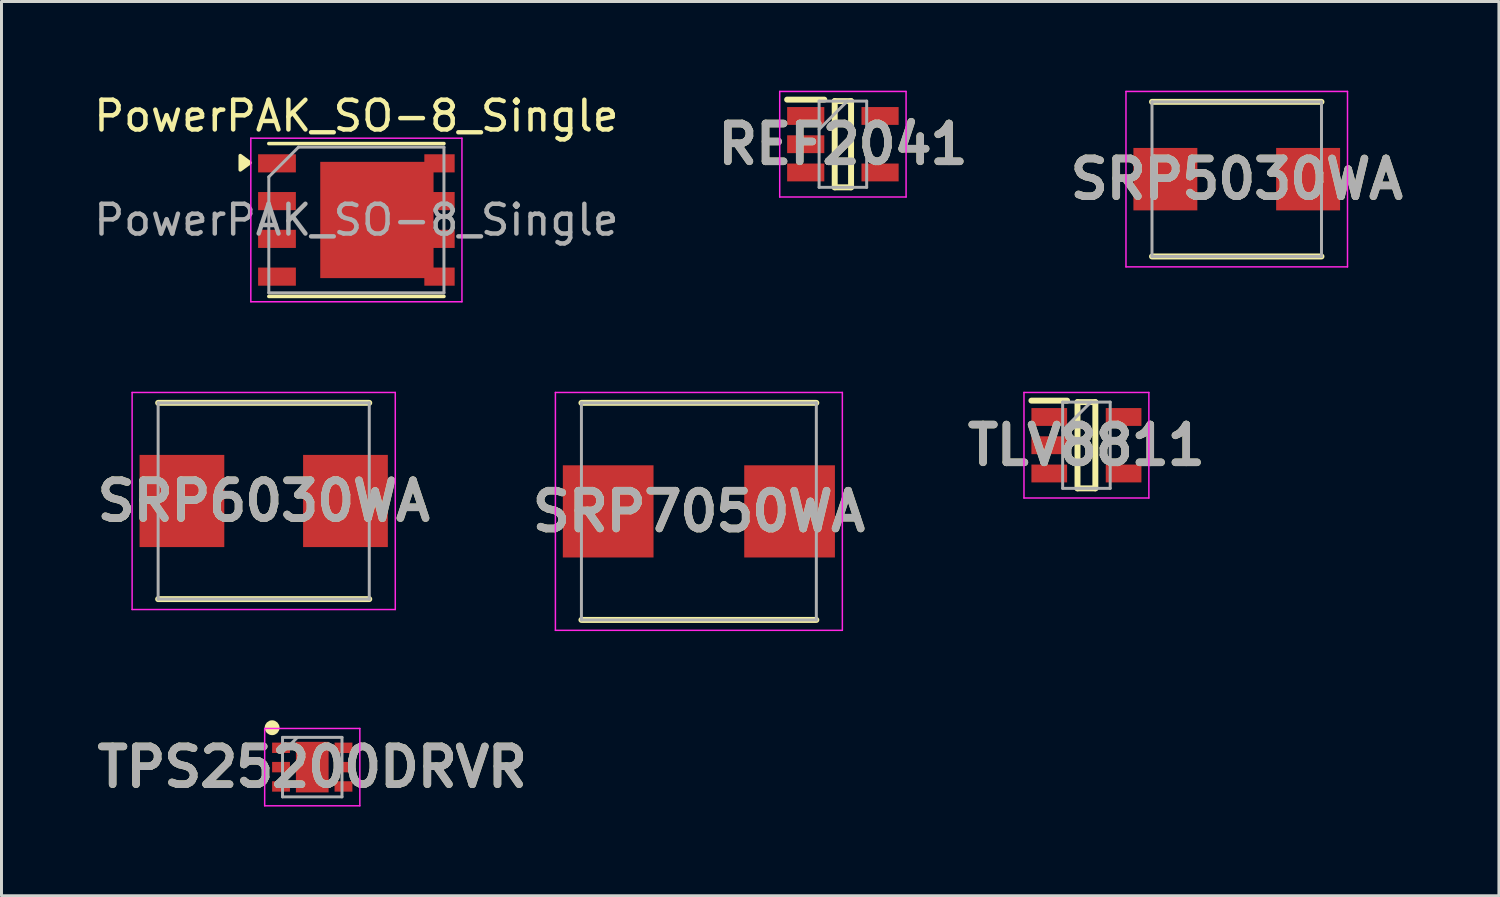
<source format=kicad_pcb>
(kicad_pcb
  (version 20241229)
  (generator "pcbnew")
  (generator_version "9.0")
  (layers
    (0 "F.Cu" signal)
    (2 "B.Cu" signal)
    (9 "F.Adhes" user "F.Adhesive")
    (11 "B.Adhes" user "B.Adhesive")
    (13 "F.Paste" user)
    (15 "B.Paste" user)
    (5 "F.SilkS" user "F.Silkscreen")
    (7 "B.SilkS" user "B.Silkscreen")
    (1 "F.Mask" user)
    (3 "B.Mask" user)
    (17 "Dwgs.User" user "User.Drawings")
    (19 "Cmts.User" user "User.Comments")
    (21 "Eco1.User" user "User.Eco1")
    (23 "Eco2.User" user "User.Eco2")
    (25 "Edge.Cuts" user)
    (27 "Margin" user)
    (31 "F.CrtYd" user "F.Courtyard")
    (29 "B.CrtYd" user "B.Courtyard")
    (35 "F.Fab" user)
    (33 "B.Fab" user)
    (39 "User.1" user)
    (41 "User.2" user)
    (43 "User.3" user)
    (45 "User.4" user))
  (footprint "REF2041"
    (layer "F.Cu")
    (at 25.296 1.8)
    (property "Reference" "REF2041" (at 0 0 0) (layer "F.SilkS") (effects (font (size 1.27 1.27) (thickness 0.254))))
    (attr smd)
    (fp_line (start -1.875 -1.5) (end -0.625 -1.5) (stroke (width 0.2) (type solid)) (layer "F.SilkS"))
    (fp_line (start -0.275 -1.45) (end 0.275 -1.45) (stroke (width 0.2) (type solid)) (layer "F.SilkS"))
    (fp_line (start -0.275 1.45) (end -0.275 -1.45) (stroke (width 0.2) (type solid)) (layer "F.SilkS"))
    (fp_line (start 0.275 -1.45) (end 0.275 1.45) (stroke (width 0.2) (type solid)) (layer "F.SilkS"))
    (fp_line (start 0.275 1.45) (end -0.275 1.45) (stroke (width 0.2) (type solid)) (layer "F.SilkS"))
    (fp_line (start -2.125 -1.775) (end 2.125 -1.775) (stroke (width 0.05) (type solid)) (layer "F.CrtYd"))
    (fp_line (start -2.125 1.775) (end -2.125 -1.775) (stroke (width 0.05) (type solid)) (layer "F.CrtYd"))
    (fp_line (start 2.125 -1.775) (end 2.125 1.775) (stroke (width 0.05) (type solid)) (layer "F.CrtYd"))
    (fp_line (start 2.125 1.775) (end -2.125 1.775) (stroke (width 0.05) (type solid)) (layer "F.CrtYd"))
    (fp_line (start -0.8 -1.45) (end 0.8 -1.45) (stroke (width 0.1) (type solid)) (layer "F.Fab"))
    (fp_line (start -0.8 -0.5) (end 0.15 -1.45) (stroke (width 0.1) (type solid)) (layer "F.Fab"))
    (fp_line (start -0.8 1.45) (end -0.8 -1.45) (stroke (width 0.1) (type solid)) (layer "F.Fab"))
    (fp_line (start 0.8 -1.45) (end 0.8 1.45) (stroke (width 0.1) (type solid)) (layer "F.Fab"))
    (fp_line (start 0.8 1.45) (end -0.8 1.45) (stroke (width 0.1) (type solid)) (layer "F.Fab"))
    (fp_text user "${REFERENCE}" (at 0 0 0) (layer "F.Fab") (effects (font (size 1.27 1.27) (thickness 0.254))))
    (pad "1" smd rect (at -1.25 -0.95 90) (size 0.6 1.25) (layers "F.Cu" "F.Mask" "F.Paste"))
    (pad "2" smd rect (at -1.25 0 90) (size 0.6 1.25) (layers "F.Cu" "F.Mask" "F.Paste"))
    (pad "3" smd rect (at -1.25 0.95 90) (size 0.6 1.25) (layers "F.Cu" "F.Mask" "F.Paste"))
    (pad "4" smd rect (at 1.25 0.95 90) (size 0.6 1.25) (layers "F.Cu" "F.Mask" "F.Paste"))
    (pad "5" smd rect (at 1.25 -0.95 90) (size 0.6 1.25) (layers "F.Cu" "F.Mask" "F.Paste")))
  (footprint "SRP7050WA"
    (layer "F.Cu")
    (at 20.453 14.148)
    (property "Reference" "SRP7050WA" (at 0 0 0) (layer "F.SilkS") (effects (font (size 1.27 1.27) (thickness 0.254))))
    (attr smd)
    (fp_line (start -3.95 3.65) (end 3.95 3.65) (stroke (width 0.2) (type solid)) (layer "F.SilkS"))
    (fp_line (start 3.95 -3.65) (end -3.95 -3.65) (stroke (width 0.2) (type solid)) (layer "F.SilkS"))
    (fp_line (start -4.825 -4) (end 4.825 -4) (stroke (width 0.05) (type solid)) (layer "F.CrtYd"))
    (fp_line (start -4.825 4) (end -4.825 -4) (stroke (width 0.05) (type solid)) (layer "F.CrtYd"))
    (fp_line (start 4.825 -4) (end 4.825 4) (stroke (width 0.05) (type solid)) (layer "F.CrtYd"))
    (fp_line (start 4.825 4) (end -4.825 4) (stroke (width 0.05) (type solid)) (layer "F.CrtYd"))
    (fp_line (start -3.95 -3.65) (end 3.95 -3.65) (stroke (width 0.1) (type solid)) (layer "F.Fab"))
    (fp_line (start -3.95 3.65) (end -3.95 -3.65) (stroke (width 0.1) (type solid)) (layer "F.Fab"))
    (fp_line (start 3.95 -3.65) (end 3.95 3.65) (stroke (width 0.1) (type solid)) (layer "F.Fab"))
    (fp_line (start 3.95 3.65) (end -3.95 3.65) (stroke (width 0.1) (type solid)) (layer "F.Fab"))
    (fp_text user "${REFERENCE}" (at 0 0 0) (layer "F.Fab") (effects (font (size 1.27 1.27) (thickness 0.254))))
    (pad "1" smd rect (at -3.05 0) (size 3.05 3.1) (layers "F.Cu" "F.Mask" "F.Paste"))
    (pad "2" smd rect (at 3.05 0) (size 3.05 3.1) (layers "F.Cu" "F.Mask" "F.Paste")))
  (footprint "PowerPAK_SO-8_Single"
    (layer "F.Cu")
    (at 8.935 4.348)
    (property "Reference" "PowerPAK_SO-8_Single" (at 0 -3.5 0) (layer "F.SilkS") (effects (font (size 1 1) (thickness 0.15))))
    (attr smd)
    (fp_line (start -2.945 -2.57) (end 2.945 -2.57) (stroke (width 0.12) (type solid)) (layer "F.SilkS"))
    (fp_line (start -2.945 2.57) (end 2.945 2.57) (stroke (width 0.12) (type solid)) (layer "F.SilkS"))
    (fp_poly (pts (xy -3.575 -1.925) (xy -3.905 -2.165) (xy -3.905 -1.685) (xy -3.575 -1.925)) (stroke (width 0.12) (type solid)) (fill yes) (layer "F.SilkS"))
    (fp_line (start -3.55 -2.75) (end -3.55 2.75) (stroke (width 0.05) (type solid)) (layer "F.CrtYd"))
    (fp_line (start -3.55 -2.75) (end 3.55 -2.75) (stroke (width 0.05) (type solid)) (layer "F.CrtYd"))
    (fp_line (start -3.55 2.75) (end 3.55 2.75) (stroke (width 0.05) (type solid)) (layer "F.CrtYd"))
    (fp_line (start 3.55 -2.75) (end 3.55 2.75) (stroke (width 0.05) (type solid)) (layer "F.CrtYd"))
    (fp_line (start -2.945 2.45) (end -2.945 -1.45) (stroke (width 0.1) (type solid)) (layer "F.Fab"))
    (fp_line (start -1.945 -2.45) (end -2.945 -1.45) (stroke (width 0.1) (type solid)) (layer "F.Fab"))
    (fp_line (start -1.945 -2.45) (end 2.945 -2.45) (stroke (width 0.1) (type solid)) (layer "F.Fab"))
    (fp_line (start 2.945 -2.45) (end 2.945 2.45) (stroke (width 0.1) (type solid)) (layer "F.Fab"))
    (fp_line (start 2.945 2.45) (end -2.945 2.45) (stroke (width 0.1) (type solid)) (layer "F.Fab"))
    (fp_text user "${REFERENCE}" (at 0 0 0) (layer "F.Fab") (effects (font (size 1 1) (thickness 0.15))))
    (pad "D" smd rect (at 0.69 0) (size 3.81 3.91) (layers "F.Cu" "F.Mask" "F.Paste"))
    (pad "D" smd rect (at 2.795 -1.905) (size 1.02 0.61) (layers "F.Cu" "F.Mask" "F.Paste"))
    (pad "D" smd rect (at 2.795 -0.635) (size 1.02 0.61) (layers "F.Cu" "F.Mask" "F.Paste"))
    (pad "D" smd rect (at 2.795 0.635) (size 1.02 0.61) (layers "F.Cu" "F.Mask" "F.Paste"))
    (pad "D" smd rect (at 2.795 1.905) (size 1.02 0.61) (layers "F.Cu" "F.Mask" "F.Paste"))
    (pad "G" smd rect (at -2.67 1.905) (size 1.27 0.61) (layers "F.Cu" "F.Mask" "F.Paste"))
    (pad "S" smd rect (at -2.67 -1.905) (size 1.27 0.61) (layers "F.Cu" "F.Mask" "F.Paste"))
    (pad "S" smd rect (at -2.67 -0.635) (size 1.27 0.61) (layers "F.Cu" "F.Mask" "F.Paste"))
    (pad "S" smd rect (at -2.67 0.635) (size 1.27 0.61) (layers "F.Cu" "F.Mask" "F.Paste")))
  (footprint "SRP6030WA"
    (layer "F.Cu")
    (at 5.818 13.798)
    (property "Reference" "SRP6030WA" (at 0 0 0) (layer "F.SilkS") (effects (font (size 1.27 1.27) (thickness 0.254))))
    (attr smd)
    (fp_line (start -3.55 3.3) (end 3.55 3.3) (stroke (width 0.2) (type solid)) (layer "F.SilkS"))
    (fp_line (start 3.55 -3.3) (end -3.55 -3.3) (stroke (width 0.2) (type solid)) (layer "F.SilkS"))
    (fp_line (start -4.425 -3.65) (end 4.425 -3.65) (stroke (width 0.05) (type solid)) (layer "F.CrtYd"))
    (fp_line (start -4.425 3.65) (end -4.425 -3.65) (stroke (width 0.05) (type solid)) (layer "F.CrtYd"))
    (fp_line (start 4.425 -3.65) (end 4.425 3.65) (stroke (width 0.05) (type solid)) (layer "F.CrtYd"))
    (fp_line (start 4.425 3.65) (end -4.425 3.65) (stroke (width 0.05) (type solid)) (layer "F.CrtYd"))
    (fp_line (start -3.55 -3.3) (end 3.55 -3.3) (stroke (width 0.1) (type solid)) (layer "F.Fab"))
    (fp_line (start -3.55 3.3) (end -3.55 -3.3) (stroke (width 0.1) (type solid)) (layer "F.Fab"))
    (fp_line (start 3.55 -3.3) (end 3.55 3.3) (stroke (width 0.1) (type solid)) (layer "F.Fab"))
    (fp_line (start 3.55 3.3) (end -3.55 3.3) (stroke (width 0.1) (type solid)) (layer "F.Fab"))
    (fp_text user "${REFERENCE}" (at 0 0 0) (layer "F.Fab") (effects (font (size 1.27 1.27) (thickness 0.254))))
    (pad "1" smd rect (at -2.75 0) (size 2.85 3.1) (layers "F.Cu" "F.Mask" "F.Paste"))
    (pad "2" smd rect (at 2.75 0) (size 2.85 3.1) (layers "F.Cu" "F.Mask" "F.Paste")))
  (footprint "TLV8811"
    (layer "F.Cu")
    (at 33.486 11.923)
    (property "Reference" "TLV8811" (at 0 0 0) (layer "F.SilkS") (effects (font (size 1.27 1.27) (thickness 0.254))))
    (attr smd)
    (fp_line (start -1.85 -1.5) (end -0.65 -1.5) (stroke (width 0.2) (type solid)) (layer "F.SilkS"))
    (fp_line (start -0.3 -1.45) (end 0.3 -1.45) (stroke (width 0.2) (type solid)) (layer "F.SilkS"))
    (fp_line (start -0.3 1.45) (end -0.3 -1.45) (stroke (width 0.2) (type solid)) (layer "F.SilkS"))
    (fp_line (start 0.3 -1.45) (end 0.3 1.45) (stroke (width 0.2) (type solid)) (layer "F.SilkS"))
    (fp_line (start 0.3 1.45) (end -0.3 1.45) (stroke (width 0.2) (type solid)) (layer "F.SilkS"))
    (fp_line (start -2.1 -1.775) (end 2.1 -1.775) (stroke (width 0.05) (type solid)) (layer "F.CrtYd"))
    (fp_line (start -2.1 1.775) (end -2.1 -1.775) (stroke (width 0.05) (type solid)) (layer "F.CrtYd"))
    (fp_line (start 2.1 -1.775) (end 2.1 1.775) (stroke (width 0.05) (type solid)) (layer "F.CrtYd"))
    (fp_line (start 2.1 1.775) (end -2.1 1.775) (stroke (width 0.05) (type solid)) (layer "F.CrtYd"))
    (fp_line (start -0.8 -1.45) (end 0.8 -1.45) (stroke (width 0.1) (type solid)) (layer "F.Fab"))
    (fp_line (start -0.8 -0.5) (end 0.15 -1.45) (stroke (width 0.1) (type solid)) (layer "F.Fab"))
    (fp_line (start -0.8 1.45) (end -0.8 -1.45) (stroke (width 0.1) (type solid)) (layer "F.Fab"))
    (fp_line (start 0.8 -1.45) (end 0.8 1.45) (stroke (width 0.1) (type solid)) (layer "F.Fab"))
    (fp_line (start 0.8 1.45) (end -0.8 1.45) (stroke (width 0.1) (type solid)) (layer "F.Fab"))
    (fp_text user "${REFERENCE}" (at 0 0 0) (layer "F.Fab") (effects (font (size 1.27 1.27) (thickness 0.254))))
    (pad "1" smd rect (at -1.25 -0.95 90) (size 0.6 1.2) (layers "F.Cu" "F.Mask" "F.Paste"))
    (pad "2" smd rect (at -1.25 0 90) (size 0.6 1.2) (layers "F.Cu" "F.Mask" "F.Paste"))
    (pad "3" smd rect (at -1.25 0.95 90) (size 0.6 1.2) (layers "F.Cu" "F.Mask" "F.Paste"))
    (pad "4" smd rect (at 1.25 0.95 90) (size 0.6 1.2) (layers "F.Cu" "F.Mask" "F.Paste"))
    (pad "5" smd rect (at 1.25 -0.95 90) (size 0.6 1.2) (layers "F.Cu" "F.Mask" "F.Paste")))
  (footprint "SRP5030WA"
    (layer "F.Cu")
    (at 38.541 2.975)
    (property "Reference" "SRP5030WA" (at 0 0 0) (layer "F.SilkS") (effects (font (size 1.27 1.27) (thickness 0.254))))
    (attr smd)
    (fp_line (start -2.85 2.6) (end 2.85 2.6) (stroke (width 0.2) (type solid)) (layer "F.SilkS"))
    (fp_line (start 2.85 -2.6) (end -2.85 -2.6) (stroke (width 0.2) (type solid)) (layer "F.SilkS"))
    (fp_line (start -3.725 -2.95) (end 3.725 -2.95) (stroke (width 0.05) (type solid)) (layer "F.CrtYd"))
    (fp_line (start -3.725 2.95) (end -3.725 -2.95) (stroke (width 0.05) (type solid)) (layer "F.CrtYd"))
    (fp_line (start 3.725 -2.95) (end 3.725 2.95) (stroke (width 0.05) (type solid)) (layer "F.CrtYd"))
    (fp_line (start 3.725 2.95) (end -3.725 2.95) (stroke (width 0.05) (type solid)) (layer "F.CrtYd"))
    (fp_line (start -2.85 -2.6) (end 2.85 -2.6) (stroke (width 0.1) (type solid)) (layer "F.Fab"))
    (fp_line (start -2.85 2.6) (end -2.85 -2.6) (stroke (width 0.1) (type solid)) (layer "F.Fab"))
    (fp_line (start 2.85 -2.6) (end 2.85 2.6) (stroke (width 0.1) (type solid)) (layer "F.Fab"))
    (fp_line (start 2.85 2.6) (end -2.85 2.6) (stroke (width 0.1) (type solid)) (layer "F.Fab"))
    (fp_text user "${REFERENCE}" (at 0 0 0) (layer "F.Fab") (effects (font (size 1.27 1.27) (thickness 0.254))))
    (pad "1" smd rect (at -2.4 0 90) (size 2.1 2.15) (layers "F.Cu" "F.Mask" "F.Paste"))
    (pad "2" smd rect (at 2.4 0 90) (size 2.1 2.15) (layers "F.Cu" "F.Mask" "F.Paste")))
  (footprint "TPS25200DRVR"
    (layer "F.Cu")
    (at 7.451 22.748)
    (property "Reference" "TPS25200DRVR" (at 0 0 0) (layer "F.SilkS") (effects (font (size 1.27 1.27) (thickness 0.254))))
    (attr smd)
    (fp_circle (center -1.35 -1.325) (end -1.35 -1.2) (stroke (width 0.25) (type solid)) (fill no) (layer "F.SilkS"))
    (fp_line (start -1.6 -1.3) (end 1.6 -1.3) (stroke (width 0.05) (type solid)) (layer "F.CrtYd"))
    (fp_line (start -1.6 1.3) (end -1.6 -1.3) (stroke (width 0.05) (type solid)) (layer "F.CrtYd"))
    (fp_line (start 1.6 -1.3) (end 1.6 1.3) (stroke (width 0.05) (type solid)) (layer "F.CrtYd"))
    (fp_line (start 1.6 1.3) (end -1.6 1.3) (stroke (width 0.05) (type solid)) (layer "F.CrtYd"))
    (fp_line (start -1 -1) (end 1 -1) (stroke (width 0.1) (type solid)) (layer "F.Fab"))
    (fp_line (start -1 -0.5) (end -0.5 -1) (stroke (width 0.1) (type solid)) (layer "F.Fab"))
    (fp_line (start -1 1) (end -1 -1) (stroke (width 0.1) (type solid)) (layer "F.Fab"))
    (fp_line (start 1 -1) (end 1 1) (stroke (width 0.1) (type solid)) (layer "F.Fab"))
    (fp_line (start 1 1) (end -1 1) (stroke (width 0.1) (type solid)) (layer "F.Fab"))
    (fp_text user "${REFERENCE}" (at 0 0 0) (layer "F.Fab") (effects (font (size 1.27 1.27) (thickness 0.254))))
    (pad "1" smd rect (at -1.05 -0.65 90) (size 0.35 0.6) (layers "F.Cu" "F.Mask" "F.Paste"))
    (pad "2" smd rect (at -1.05 0 90) (size 0.35 0.6) (layers "F.Cu" "F.Mask" "F.Paste"))
    (pad "3" smd rect (at -1.05 0.65 90) (size 0.35 0.6) (layers "F.Cu" "F.Mask" "F.Paste"))
    (pad "4" smd rect (at 1.05 0.65 90) (size 0.35 0.6) (layers "F.Cu" "F.Mask" "F.Paste"))
    (pad "5" smd rect (at 1.05 0 90) (size 0.35 0.6) (layers "F.Cu" "F.Mask" "F.Paste"))
    (pad "6" smd rect (at 1.05 -0.65 90) (size 0.35 0.6) (layers "F.Cu" "F.Mask" "F.Paste"))
    (pad "7" smd rect (at 0 0) (size 1.1 1.7) (layers "F.Cu" "F.Mask" "F.Paste")))
  (gr_rect
    (start -3 -3)
    (end 47.358 27.073)
    (stroke (width 0.1) (type default))
    (fill no)
    (layer "Edge.Cuts")))
</source>
